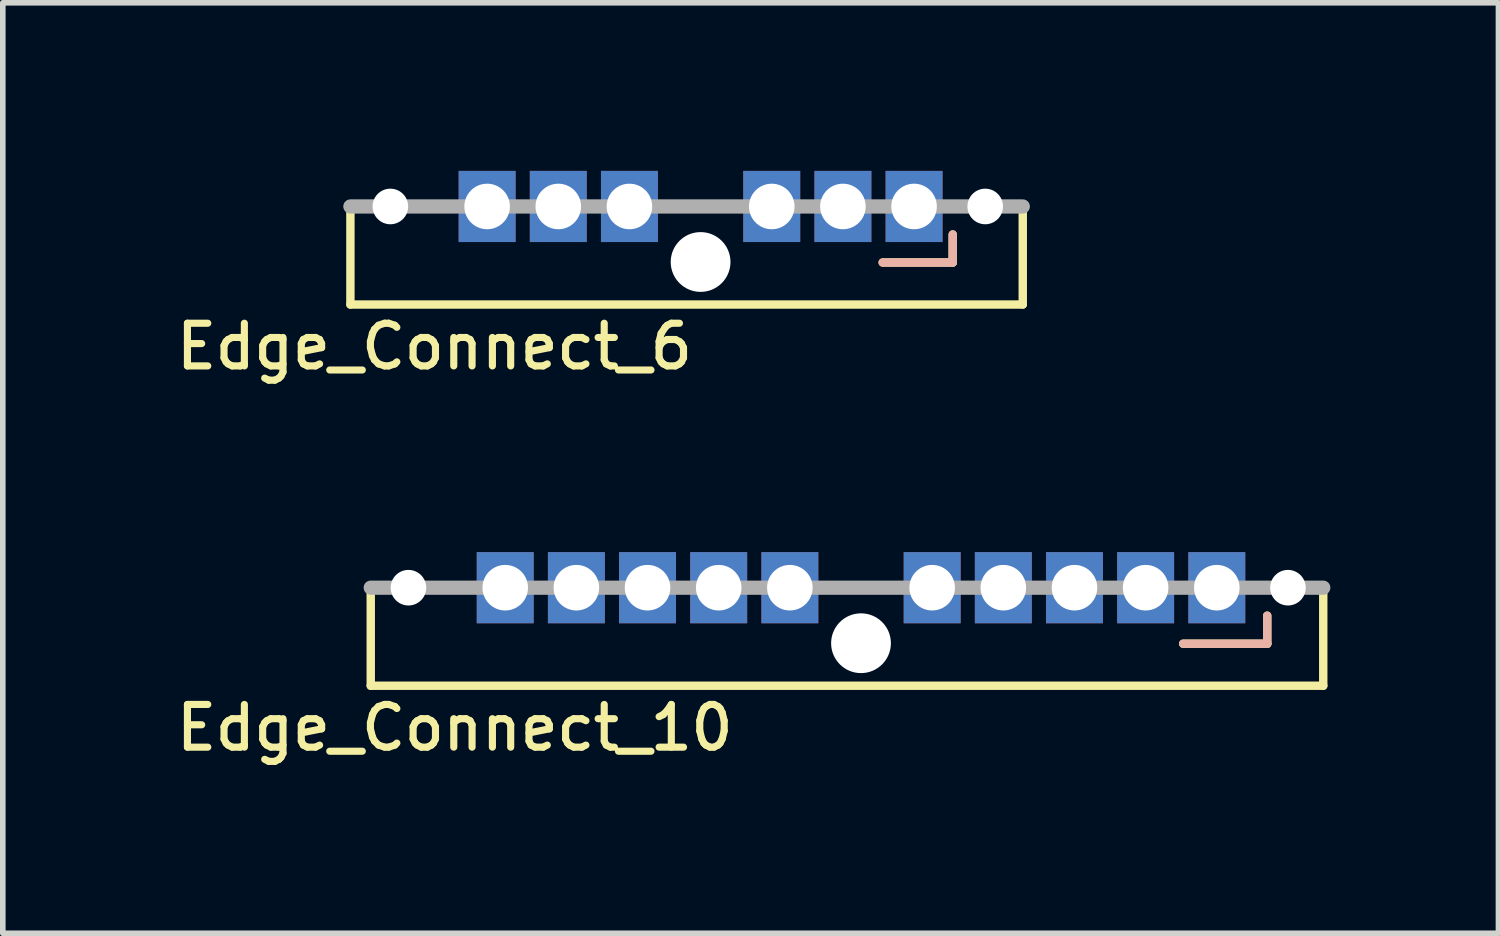
<source format=kicad_pcb>
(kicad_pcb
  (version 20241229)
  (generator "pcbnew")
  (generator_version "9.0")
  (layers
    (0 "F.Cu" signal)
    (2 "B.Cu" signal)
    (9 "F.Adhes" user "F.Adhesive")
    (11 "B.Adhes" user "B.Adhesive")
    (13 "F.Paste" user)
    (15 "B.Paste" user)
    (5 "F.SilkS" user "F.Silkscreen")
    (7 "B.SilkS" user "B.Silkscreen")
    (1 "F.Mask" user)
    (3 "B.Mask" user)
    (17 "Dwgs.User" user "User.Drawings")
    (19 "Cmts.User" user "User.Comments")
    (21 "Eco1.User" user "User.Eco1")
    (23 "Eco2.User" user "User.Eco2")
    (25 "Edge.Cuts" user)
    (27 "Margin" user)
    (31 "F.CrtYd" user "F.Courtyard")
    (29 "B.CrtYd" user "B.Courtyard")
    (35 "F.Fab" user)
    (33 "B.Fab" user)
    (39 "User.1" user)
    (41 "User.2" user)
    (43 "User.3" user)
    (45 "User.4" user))
  (footprint "Edge_Connect_6"
    (layer "F.Cu")
    (at 9.454 0.635)
    (property "Reference" "Edge_Connect_6" (at -4.75 2.5 0) (layer "F.SilkS") (effects (font (size 0.762 0.762) (thickness 0.127))))
    (attr through_hole)
    (fp_line (start -6.25 0) (end -6.25 1.75) (stroke (width 0.15) (type solid)) (layer "F.SilkS"))
    (fp_line (start -6.25 1.75) (end 5.75 1.75) (stroke (width 0.15) (type solid)) (layer "F.SilkS"))
    (fp_line (start 4.5 0.5) (end 4.5 1) (stroke (width 0.15) (type solid)) (layer "F.SilkS"))
    (fp_line (start 4.5 1) (end 3.25 1) (stroke (width 0.15) (type solid)) (layer "F.SilkS"))
    (fp_line (start 5.75 1.75) (end 5.75 0) (stroke (width 0.15) (type solid)) (layer "F.SilkS"))
    (fp_line (start 4.5 0.5) (end 4.5 1) (stroke (width 0.15) (type solid)) (layer "B.SilkS"))
    (fp_line (start 4.5 1) (end 3.25 1) (stroke (width 0.15) (type solid)) (layer "B.SilkS"))
    (fp_line (start -6.25 0) (end 5.75 0) (stroke (width 0.254) (type solid)) (layer "F.Fab"))
    (pad "" np_thru_hole circle (at -5.537 0) (size 0.635 0.635) (drill 0.635) (layers "*.Cu"))
    (pad "" np_thru_hole circle (at 0 0.991) (size 1.067 1.067) (drill 1.067) (layers "*.Cu"))
    (pad "" np_thru_hole circle (at 5.08 0) (size 0.635 0.635) (drill 0.635) (layers "*.Cu"))
    (pad "1" thru_hole circle (at 3.81 0) (size 1.016 1.016) (drill 0.813) (layers "*.Cu" "*.Mask"))
    (pad "1" smd rect (at 3.81 0) (size 1.016 1.27) (layers "F.Cu" "F.Mask"))
    (pad "1" smd rect (at 3.81 0) (size 1.016 1.27) (layers "B.Cu" "B.Mask"))
    (pad "2" thru_hole circle (at 2.54 0) (size 1.016 1.016) (drill 0.813) (layers "*.Cu" "*.Mask"))
    (pad "2" smd rect (at 2.54 0) (size 1.016 1.27) (layers "F.Cu" "F.Mask"))
    (pad "2" smd rect (at 2.54 0) (size 1.016 1.27) (layers "B.Cu" "B.Mask"))
    (pad "3" thru_hole circle (at 1.27 0) (size 1.016 1.016) (drill 0.813) (layers "*.Cu" "*.Mask"))
    (pad "3" smd rect (at 1.27 0) (size 1.016 1.27) (layers "F.Cu" "F.Mask"))
    (pad "3" smd rect (at 1.27 0) (size 1.016 1.27) (layers "B.Cu" "B.Mask"))
    (pad "4" thru_hole circle (at -1.27 0) (size 1.016 1.016) (drill 0.813) (layers "*.Cu" "*.Mask"))
    (pad "4" smd rect (at -1.27 0) (size 1.016 1.27) (layers "F.Cu" "F.Mask"))
    (pad "4" smd rect (at -1.27 0) (size 1.016 1.27) (layers "B.Cu" "B.Mask"))
    (pad "5" thru_hole circle (at -2.54 0) (size 1.016 1.016) (drill 0.813) (layers "*.Cu" "*.Mask"))
    (pad "5" smd rect (at -2.54 0) (size 1.016 1.27) (layers "F.Cu" "F.Mask"))
    (pad "5" smd rect (at -2.54 0) (size 1.016 1.27) (layers "B.Cu" "B.Mask"))
    (pad "6" thru_hole circle (at -3.81 0) (size 1.016 1.016) (drill 0.813) (layers "*.Cu" "*.Mask"))
    (pad "6" smd rect (at -3.81 0) (size 1.016 1.27) (layers "F.Cu" "F.Mask"))
    (pad "6" smd rect (at -3.81 0) (size 1.016 1.27) (layers "B.Cu" "B.Mask")))
  (footprint "Edge_Connect_10"
    (layer "F.Cu")
    (at 12.317 7.439)
    (property "Reference" "Edge_Connect_10" (at -7.25 2.5 0) (layer "F.SilkS") (effects (font (size 0.762 0.762) (thickness 0.127))))
    (attr through_hole)
    (fp_line (start -8.75 0) (end -8.75 1.75) (stroke (width 0.15) (type solid)) (layer "F.SilkS"))
    (fp_line (start -8.75 1.75) (end 8.25 1.75) (stroke (width 0.15) (type solid)) (layer "F.SilkS"))
    (fp_line (start 7.25 0.5) (end 7.25 1) (stroke (width 0.15) (type solid)) (layer "F.SilkS"))
    (fp_line (start 7.25 1) (end 5.75 1) (stroke (width 0.15) (type solid)) (layer "F.SilkS"))
    (fp_line (start 8.25 1.75) (end 8.25 0) (stroke (width 0.15) (type solid)) (layer "F.SilkS"))
    (fp_line (start 7.25 0.5) (end 7.25 1) (stroke (width 0.15) (type solid)) (layer "B.SilkS"))
    (fp_line (start 7.25 1) (end 5.75 1) (stroke (width 0.15) (type solid)) (layer "B.SilkS"))
    (fp_line (start -8.75 0) (end 8.25 0) (stroke (width 0.254) (type solid)) (layer "F.Fab"))
    (pad "" np_thru_hole circle (at -8.077 0) (size 0.635 0.635) (drill 0.635) (layers "*.Cu"))
    (pad "" np_thru_hole circle (at 0 0.991) (size 1.067 1.067) (drill 1.067) (layers "*.Cu"))
    (pad "" np_thru_hole circle (at 7.62 0) (size 0.635 0.635) (drill 0.635) (layers "*.Cu"))
    (pad "1" thru_hole circle (at 6.35 0) (size 1.016 1.016) (drill 0.813) (layers "*.Cu" "*.Mask"))
    (pad "1" smd rect (at 6.35 0) (size 1.016 1.27) (layers "F.Cu" "F.Mask"))
    (pad "1" smd rect (at 6.35 0) (size 1.016 1.27) (layers "B.Cu" "B.Mask"))
    (pad "2" thru_hole circle (at 5.08 0) (size 1.016 1.016) (drill 0.813) (layers "*.Cu" "*.Mask"))
    (pad "2" smd rect (at 5.08 0) (size 1.016 1.27) (layers "F.Cu" "F.Mask"))
    (pad "2" smd rect (at 5.08 0) (size 1.016 1.27) (layers "B.Cu" "B.Mask"))
    (pad "3" thru_hole circle (at 3.81 0) (size 1.016 1.016) (drill 0.813) (layers "*.Cu" "*.Mask"))
    (pad "3" smd rect (at 3.81 0) (size 1.016 1.27) (layers "F.Cu" "F.Mask"))
    (pad "3" smd rect (at 3.81 0) (size 1.016 1.27) (layers "B.Cu" "B.Mask"))
    (pad "4" thru_hole circle (at 2.54 0) (size 1.016 1.016) (drill 0.813) (layers "*.Cu" "*.Mask"))
    (pad "4" smd rect (at 2.54 0) (size 1.016 1.27) (layers "F.Cu" "F.Mask"))
    (pad "4" smd rect (at 2.54 0) (size 1.016 1.27) (layers "B.Cu" "B.Mask"))
    (pad "5" smd rect (at -1.27 0) (size 1.016 1.27) (layers "F.Cu" "F.Mask"))
    (pad "5" smd rect (at -1.27 0) (size 1.016 1.27) (layers "B.Cu" "B.Mask"))
    (pad "5" thru_hole circle (at 1.27 0) (size 1.016 1.016) (drill 0.813) (layers "*.Cu" "*.Mask"))
    (pad "5" smd rect (at 1.27 0) (size 1.016 1.27) (layers "F.Cu" "F.Mask"))
    (pad "5" smd rect (at 1.27 0) (size 1.016 1.27) (layers "B.Cu" "B.Mask"))
    (pad "6" thru_hole circle (at -1.27 0) (size 1.016 1.016) (drill 0.813) (layers "*.Cu" "*.Mask"))
    (pad "7" thru_hole circle (at -2.54 0) (size 1.016 1.016) (drill 0.813) (layers "*.Cu" "*.Mask"))
    (pad "7" smd rect (at -2.54 0) (size 1.016 1.27) (layers "F.Cu" "F.Mask"))
    (pad "7" smd rect (at -2.54 0) (size 1.016 1.27) (layers "B.Cu" "B.Mask"))
    (pad "8" thru_hole circle (at -3.81 0) (size 1.016 1.016) (drill 0.813) (layers "*.Cu" "*.Mask"))
    (pad "8" smd rect (at -3.81 0) (size 1.016 1.27) (layers "F.Cu" "F.Mask"))
    (pad "8" smd rect (at -3.81 0) (size 1.016 1.27) (layers "B.Cu" "B.Mask"))
    (pad "9" thru_hole circle (at -5.08 0) (size 1.016 1.016) (drill 0.813) (layers "*.Cu" "*.Mask"))
    (pad "9" smd rect (at -5.08 0) (size 1.016 1.27) (layers "F.Cu" "F.Mask"))
    (pad "9" smd rect (at -5.08 0) (size 1.016 1.27) (layers "B.Cu" "B.Mask"))
    (pad "10" thru_hole circle (at -6.35 0) (size 1.016 1.016) (drill 0.813) (layers "*.Cu" "*.Mask"))
    (pad "10" smd rect (at -6.35 0) (size 1.016 1.27) (layers "F.Cu" "F.Mask"))
    (pad "10" smd rect (at -6.35 0) (size 1.016 1.27) (layers "B.Cu" "B.Mask")))
  (gr_rect
    (start -3 -3)
    (end 23.694 13.607)
    (stroke (width 0.1) (type default))
    (fill no)
    (layer "Edge.Cuts")))
</source>
